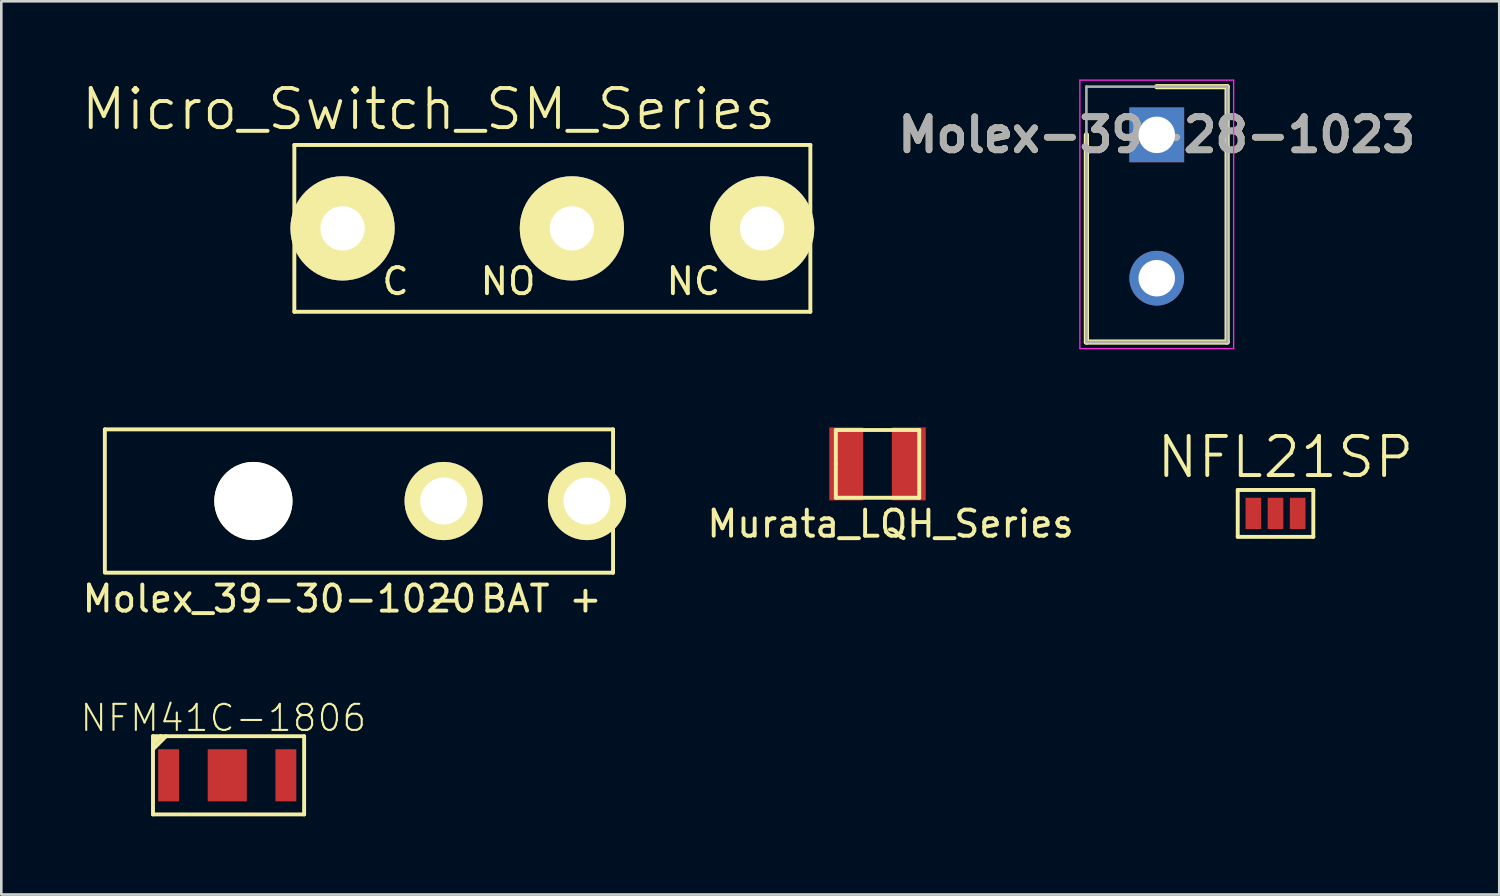
<source format=kicad_pcb>
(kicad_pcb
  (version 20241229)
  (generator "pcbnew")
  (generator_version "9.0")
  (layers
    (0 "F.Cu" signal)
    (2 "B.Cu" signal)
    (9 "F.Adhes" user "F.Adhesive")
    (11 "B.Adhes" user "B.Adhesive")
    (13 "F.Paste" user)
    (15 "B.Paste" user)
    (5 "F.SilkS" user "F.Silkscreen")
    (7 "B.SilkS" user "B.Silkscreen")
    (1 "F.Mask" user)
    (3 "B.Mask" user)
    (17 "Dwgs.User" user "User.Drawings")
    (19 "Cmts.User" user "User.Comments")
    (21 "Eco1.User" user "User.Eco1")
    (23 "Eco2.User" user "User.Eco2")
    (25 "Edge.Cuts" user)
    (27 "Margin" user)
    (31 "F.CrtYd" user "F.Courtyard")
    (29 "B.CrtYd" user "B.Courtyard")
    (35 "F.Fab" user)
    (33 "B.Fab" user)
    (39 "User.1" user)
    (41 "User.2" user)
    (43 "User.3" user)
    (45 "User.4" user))
  (footprint "Molex_39-30-1020"
    (layer "F.Cu")
    (at 13.973 16.175)
    (property "Reference" "Molex_39-30-1020" (at -6.3 3.75 0) (layer "F.SilkS") (effects (font (size 1 1) (thickness 0.15))))
    (attr through_hole)
    (fp_line (start -13 2.7) (end -13 -2.75) (stroke (width 0.15) (type solid)) (layer "F.SilkS"))
    (fp_line (start -13 2.75) (end 6.5 2.75) (stroke (width 0.15) (type solid)) (layer "F.SilkS"))
    (fp_line (start 6.5 -2.75) (end -13 -2.75) (stroke (width 0.15) (type solid)) (layer "F.SilkS"))
    (fp_line (start 6.5 -2.75) (end 6.5 2.75) (stroke (width 0.15) (type solid)) (layer "F.SilkS"))
    (fp_text user "- BAT +" (at 2.75 3.75 0) (layer "F.SilkS") (effects (font (size 1 1) (thickness 0.15))))
    (pad "" np_thru_hole circle (at -7.3 0) (size 3 3) (drill 3) (layers "*.Cu" "*.Mask" "F.SilkS"))
    (pad "1" thru_hole circle (at 5.5 0) (size 3 3) (drill 1.8) (layers "*.Cu" "*.Mask" "F.SilkS"))
    (pad "2" thru_hole circle (at 0 0) (size 3 3) (drill 1.8) (layers "*.Cu" "*.Mask" "F.SilkS")))
  (footprint "NFM41C-1806"
    (placed yes)
    (layer "F.Cu")
    (at 5.67 26.699)
    (property "Reference" "NFM41C-1806" (at -0.15 -2.2 0) (layer "F.SilkS") (effects (font (size 1 1) (thickness 0.08))))
    (attr through_hole)
    (fp_line (start -2.85 -1.5) (end 2.95 -1.5) (stroke (width 0.15) (type solid)) (layer "F.SilkS"))
    (fp_line (start -2.85 -1.2) (end -2.55 -1.5) (stroke (width 0.15) (type solid)) (layer "F.SilkS"))
    (fp_line (start -2.85 -1) (end -2.35 -1.5) (stroke (width 0.15) (type solid)) (layer "F.SilkS"))
    (fp_line (start -2.85 1.5) (end -2.85 -1.5) (stroke (width 0.15) (type solid)) (layer "F.SilkS"))
    (fp_line (start -2.85 1.5) (end 2.95 1.5) (stroke (width 0.15) (type solid)) (layer "F.SilkS"))
    (fp_line (start -2.55 -1.5) (end -2.75 -1.4) (stroke (width 0.15) (type solid)) (layer "F.SilkS"))
    (fp_line (start 2.95 -1.5) (end 2.95 1.5) (stroke (width 0.15) (type solid)) (layer "F.SilkS"))
    (pad "1" smd rect (at -2.25 0) (size 0.8 2) (layers "F.Cu" "F.Mask" "F.Paste"))
    (pad "2" smd rect (at 0 0) (size 1.5 2) (layers "F.Cu" "F.Mask" "F.Paste"))
    (pad "3" smd rect (at 2.25 0) (size 0.8 2) (layers "F.Cu" "F.Mask" "F.Paste")))
  (footprint "NFL21SP"
    (layer "F.Cu")
    (at 45.893 16.65)
    (property "Reference" "NFL21SP" (at 0.381 -2.159 0) (layer "F.SilkS") (effects (font (size 1.5 1.5) (thickness 0.15))))
    (attr through_hole)
    (fp_line (start -1.45 -0.9) (end 1.45 -0.9) (stroke (width 0.15) (type solid)) (layer "F.SilkS"))
    (fp_line (start -1.45 0.9) (end -1.45 -0.9) (stroke (width 0.15) (type solid)) (layer "F.SilkS"))
    (fp_line (start 1.45 -0.9) (end 1.45 0.9) (stroke (width 0.15) (type solid)) (layer "F.SilkS"))
    (fp_line (start 1.45 0.9) (end -1.45 0.9) (stroke (width 0.15) (type solid)) (layer "F.SilkS"))
    (pad "1" smd rect (at -0.85 0) (size 0.6 1.2) (layers "F.Cu" "F.Mask" "F.Paste"))
    (pad "2" smd rect (at 0 0) (size 0.6 1.2) (layers "F.Cu" "F.Mask" "F.Paste"))
    (pad "3" smd rect (at 0.85 0) (size 0.6 1.2) (layers "F.Cu" "F.Mask" "F.Paste")))
  (footprint "Molex-39-28-1023"
    (layer "F.Cu")
    (at 41.336 2.125)
    (property "Reference" "Molex-39-28-1023" (at 0 0 0) (layer "F.SilkS") (effects (font (size 1.27 1.27) (thickness 0.254))))
    (attr through_hole)
    (fp_line (start -2.7 7.95) (end -2.7 0) (stroke (width 0.2) (type solid)) (layer "F.SilkS"))
    (fp_line (start 0 -1.85) (end 2.7 -1.85) (stroke (width 0.2) (type solid)) (layer "F.SilkS"))
    (fp_line (start 2.7 -1.85) (end 2.7 7.95) (stroke (width 0.2) (type solid)) (layer "F.SilkS"))
    (fp_line (start 2.7 7.95) (end -2.7 7.95) (stroke (width 0.2) (type solid)) (layer "F.SilkS"))
    (fp_line (start -2.95 -2.1) (end 2.95 -2.1) (stroke (width 0.05) (type solid)) (layer "F.CrtYd"))
    (fp_line (start -2.95 8.2) (end -2.95 -2.1) (stroke (width 0.05) (type solid)) (layer "F.CrtYd"))
    (fp_line (start 2.95 -2.1) (end 2.95 8.2) (stroke (width 0.05) (type solid)) (layer "F.CrtYd"))
    (fp_line (start 2.95 8.2) (end -2.95 8.2) (stroke (width 0.05) (type solid)) (layer "F.CrtYd"))
    (fp_line (start -2.7 -1.85) (end 2.7 -1.85) (stroke (width 0.1) (type solid)) (layer "F.Fab"))
    (fp_line (start -2.7 7.95) (end -2.7 -1.85) (stroke (width 0.1) (type solid)) (layer "F.Fab"))
    (fp_line (start 2.7 -1.85) (end 2.7 7.95) (stroke (width 0.1) (type solid)) (layer "F.Fab"))
    (fp_line (start 2.7 7.95) (end -2.7 7.95) (stroke (width 0.1) (type solid)) (layer "F.Fab"))
    (fp_text user "${REFERENCE}" (at 0 0 0) (layer "F.Fab") (effects (font (size 1.27 1.27) (thickness 0.254))))
    (pad "1" thru_hole rect (at 0 0) (size 2.1 2.1) (drill 1.4) (layers "*.Cu" "*.Mask"))
    (pad "2" thru_hole circle (at 0 5.5) (size 2.1 2.1) (drill 1.4) (layers "*.Cu" "*.Mask")))
  (footprint "Murata_LQH_Series"
    (layer "F.Cu")
    (at 30.621 14.75)
    (property "Reference" "Murata_LQH_Series" (at 0.5 2.3 0) (layer "F.SilkS") (effects (font (size 1 1) (thickness 0.15))))
    (attr through_hole)
    (fp_line (start -1.6 -1.3) (end 1.6 -1.3) (stroke (width 0.15) (type solid)) (layer "F.SilkS"))
    (fp_line (start -1.6 0) (end -1.6 -1.3) (stroke (width 0.15) (type solid)) (layer "F.SilkS"))
    (fp_line (start -1.6 1.3) (end -1.6 0) (stroke (width 0.15) (type solid)) (layer "F.SilkS"))
    (fp_line (start 1.6 -1.3) (end 1.6 1.3) (stroke (width 0.15) (type solid)) (layer "F.SilkS"))
    (fp_line (start 1.6 1.3) (end -1.6 1.3) (stroke (width 0.15) (type solid)) (layer "F.SilkS"))
    (pad "1" smd rect (at -1.2 0) (size 1.3 2.8) (layers "F.Cu" "F.Mask" "F.Paste"))
    (pad "2" smd rect (at 1.2 0) (size 1.3 2.8) (layers "F.Cu" "F.Mask" "F.Paste")))
  (footprint "Micro_Switch_SM_Series"
    (layer "F.Cu")
    (at 18.984 5.713)
    (property "Reference" "Micro_Switch_SM_Series" (at -5.588 -4.572 0) (layer "F.SilkS") (effects (font (size 1.5 1.5) (thickness 0.15))))
    (attr through_hole)
    (fp_line (start -10.74 -3.2) (end -10.74 3.2) (stroke (width 0.15) (type solid)) (layer "F.SilkS"))
    (fp_line (start -10.74 -3.2) (end 9.06 -3.2) (stroke (width 0.15) (type solid)) (layer "F.SilkS"))
    (fp_line (start -10.74 3.2) (end 9.06 3.2) (stroke (width 0.15) (type solid)) (layer "F.SilkS"))
    (fp_line (start 9.06 -3.2) (end 9.06 3.2) (stroke (width 0.15) (type solid)) (layer "F.SilkS"))
    (fp_text user "NC" (at 4.572 2.032 0) (layer "F.SilkS") (effects (font (size 1 1) (thickness 0.15))))
    (fp_text user "NO" (at -2.54 2.032 0) (layer "F.SilkS") (effects (font (size 1 1) (thickness 0.15))))
    (fp_text user "C" (at -6.858 2.032 0) (layer "F.SilkS") (effects (font (size 1 1) (thickness 0.15))))
    (pad "C" thru_hole circle (at -8.89 0) (size 4 4) (drill 1.7) (layers "*.Cu" "*.Mask" "F.SilkS"))
    (pad "NC" thru_hole circle (at 7.21 0) (size 4 4) (drill 1.7) (layers "*.Cu" "*.Mask" "F.SilkS"))
    (pad "NO" thru_hole circle (at -0.09 0) (size 4 4) (drill 1.7) (layers "*.Cu" "*.Mask" "F.SilkS")))
  (gr_rect
    (start -3 -3)
    (end 54.478 31.274)
    (stroke (width 0.1) (type default))
    (fill no)
    (layer "Edge.Cuts")))
</source>
